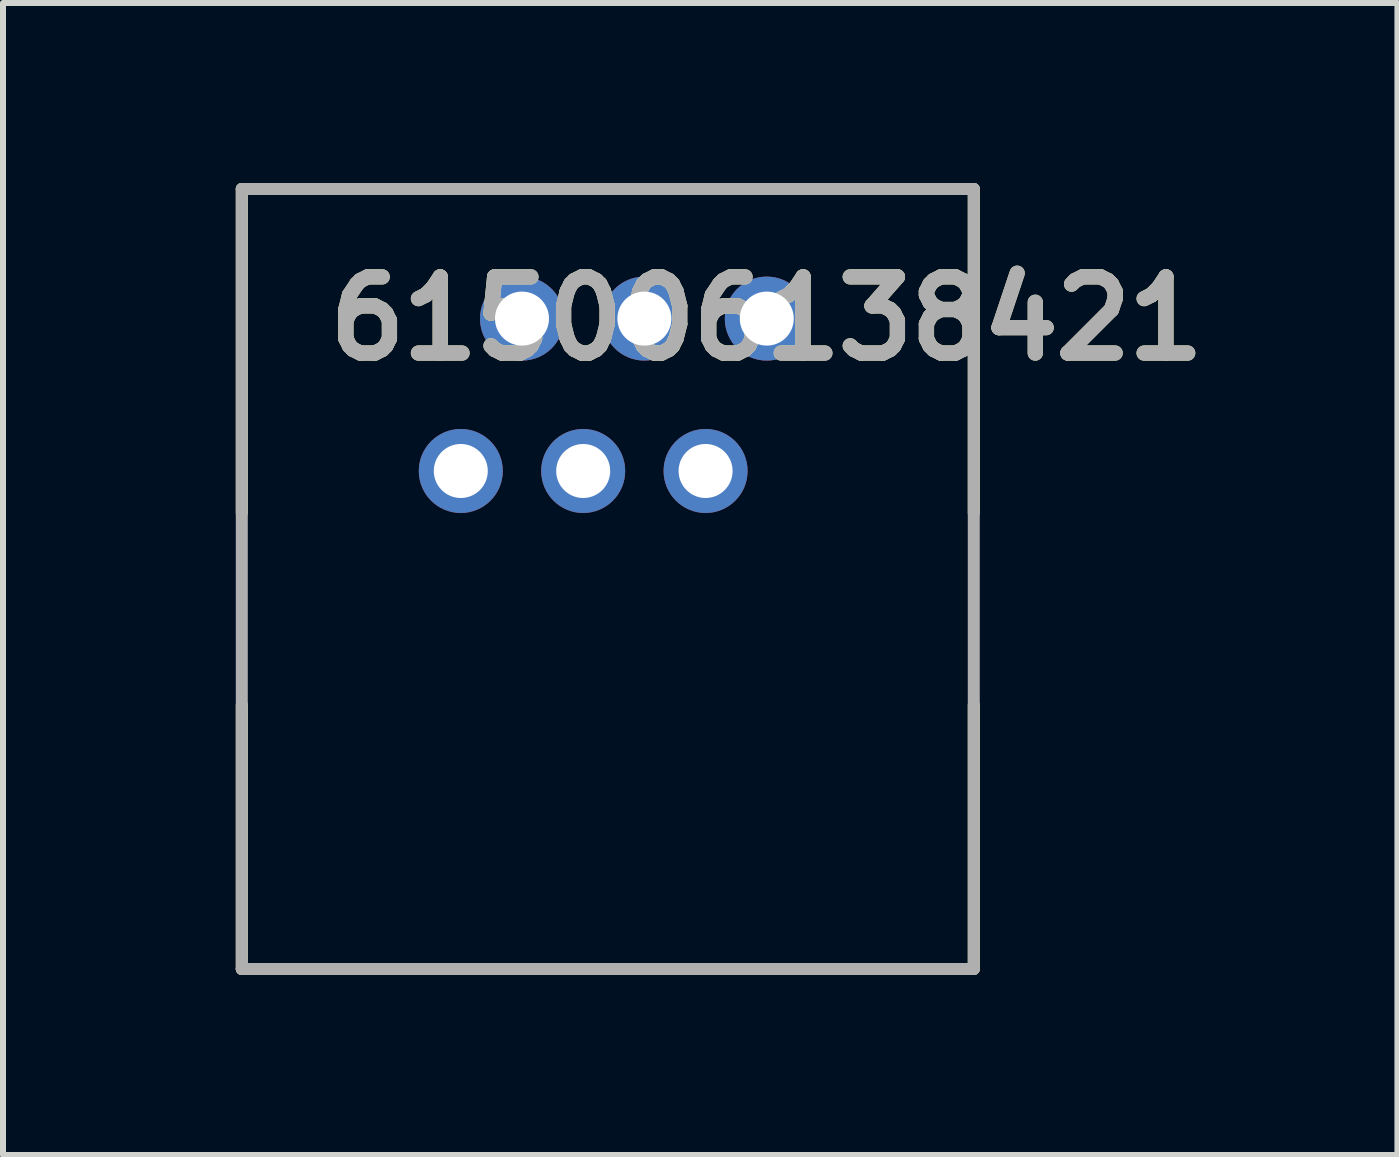
<source format=kicad_pcb>
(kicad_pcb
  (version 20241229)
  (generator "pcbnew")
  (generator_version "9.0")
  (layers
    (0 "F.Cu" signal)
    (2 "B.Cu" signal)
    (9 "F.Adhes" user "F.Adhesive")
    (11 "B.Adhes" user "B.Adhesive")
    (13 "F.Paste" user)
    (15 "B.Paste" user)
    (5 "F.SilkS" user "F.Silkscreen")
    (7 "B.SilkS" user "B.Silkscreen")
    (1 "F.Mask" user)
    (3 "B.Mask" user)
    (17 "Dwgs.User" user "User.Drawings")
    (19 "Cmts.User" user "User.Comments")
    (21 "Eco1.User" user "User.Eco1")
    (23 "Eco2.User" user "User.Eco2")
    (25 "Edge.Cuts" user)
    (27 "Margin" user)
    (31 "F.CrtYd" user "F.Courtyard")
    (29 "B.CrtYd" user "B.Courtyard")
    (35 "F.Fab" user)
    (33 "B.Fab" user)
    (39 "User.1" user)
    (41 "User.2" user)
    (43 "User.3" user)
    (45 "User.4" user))
  (footprint "615006138421"
    (layer "F.Cu")
    (at 1.18 7.1)
    (property "Reference" "615006138421" (at 8.55 -4.84 0) (layer "F.SilkS") (effects (font (size 1.27 1.27) (thickness 0.254))))
    (attr through_hole)
    (fp_line (start -0.2 -7) (end -0.2 -1.6) (stroke (width 0.2) (type solid)) (layer "F.SilkS"))
    (fp_line (start -0.2 -7) (end 12 -7) (stroke (width 0.2) (type solid)) (layer "F.SilkS"))
    (fp_line (start -0.2 6) (end -0.2 1.6) (stroke (width 0.2) (type solid)) (layer "F.SilkS"))
    (fp_line (start -0.2 6) (end 12 6) (stroke (width 0.2) (type solid)) (layer "F.SilkS"))
    (fp_line (start 12 -7) (end 12 -1.6) (stroke (width 0.2) (type solid)) (layer "F.SilkS"))
    (fp_line (start 12 6) (end 12 1.6) (stroke (width 0.2) (type solid)) (layer "F.SilkS"))
    (fp_line (start -0.2 -7) (end -0.2 6) (stroke (width 0.2) (type solid)) (layer "F.Fab"))
    (fp_line (start -0.2 6) (end 12 6) (stroke (width 0.2) (type solid)) (layer "F.Fab"))
    (fp_line (start 12 -7) (end -0.2 -7) (stroke (width 0.2) (type solid)) (layer "F.Fab"))
    (fp_line (start 12 6) (end 12 -7) (stroke (width 0.2) (type solid)) (layer "F.Fab"))
    (fp_text user "${REFERENCE}" (at 8.55 -4.84 0) (layer "F.Fab") (effects (font (size 1.27 1.27) (thickness 0.254))))
    (pad "" np_thru_hole circle (at 0 0) (size 0.001 0.001) (drill 2.36) (layers "*.Cu" "*.Mask"))
    (pad "" np_thru_hole circle (at 12 0) (size 0.001 0.001) (drill 2.36) (layers "*.Cu" "*.Mask"))
    (pad "1" thru_hole circle (at 8.55 -4.84) (size 1.4 1.4) (drill 0.9) (layers "*.Cu" "*.Mask"))
    (pad "2" thru_hole circle (at 7.53 -2.3) (size 1.4 1.4) (drill 0.9) (layers "*.Cu" "*.Mask"))
    (pad "3" thru_hole circle (at 6.51 -4.84) (size 1.4 1.4) (drill 0.9) (layers "*.Cu" "*.Mask"))
    (pad "4" thru_hole circle (at 5.49 -2.3) (size 1.4 1.4) (drill 0.9) (layers "*.Cu" "*.Mask"))
    (pad "5" thru_hole circle (at 4.47 -4.84) (size 1.4 1.4) (drill 0.9) (layers "*.Cu" "*.Mask"))
    (pad "6" thru_hole circle (at 3.45 -2.3) (size 1.4 1.4) (drill 0.9) (layers "*.Cu" "*.Mask")))
  (gr_rect
    (start -3 -3)
    (end 20.241 16.2)
    (stroke (width 0.1) (type default))
    (fill no)
    (layer "Edge.Cuts")))
</source>
